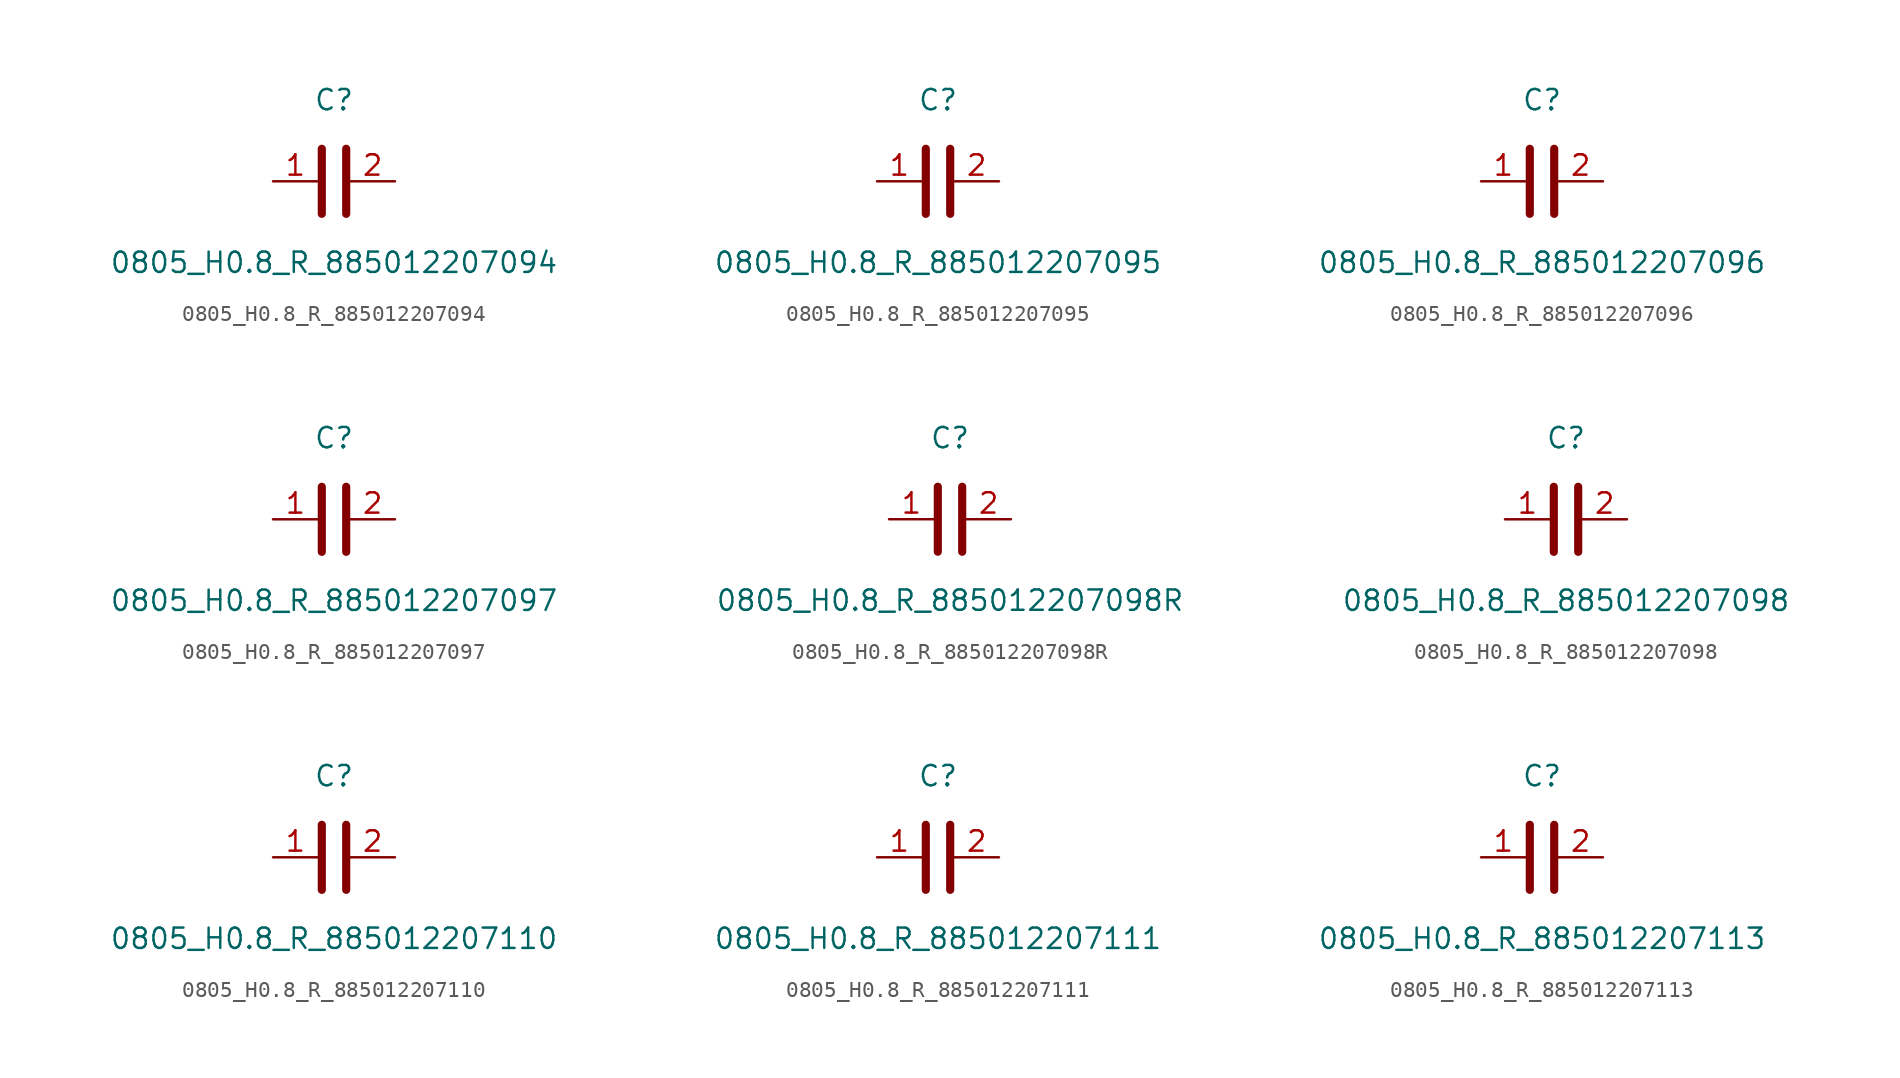
<source format=kicad_sym>
(kicad_symbol_lib
  (version 20220914)
  (generator kicad_symbol_editor)
  (symbol "0805_H0.8_R_885012207094"
    (pin_names hide)
    (property "Reference" "C"
      (at 0 5.08 0)
      (effects (font (size 1.27 1.27))))
    (property "Value" "0805_H0.8_R_885012207094"
      (at 0 -5.08 0)
      (effects (font (size 1.27 1.27))))
    (symbol "0805_H0.8_R_885012207094_0_1"
      (polyline (pts (xy -0.762 -2.032) (xy -0.762 2.032)) (stroke (width 0.508) (type default)) (fill (type none)))
      (polyline (pts (xy 0.762 -2.032) (xy 0.762 2.032)) (stroke (width 0.508) (type default)) (fill (type none))))
    (symbol "0805_H0.8_R_885012207094_1_1"
      (pin passive line (at -3.81 0 0) (length 2.794) (name "1" (effects (font (size 1.27 1.27)))) (number "1" (effects (font (size 1.27 1.27)))))
      (pin passive line (at 3.81 0 180) (length 2.794) (name "2" (effects (font (size 1.27 1.27)))) (number "2" (effects (font (size 1.27 1.27)))))))
  (symbol "0805_H0.8_R_885012207095"
    (pin_names hide)
    (property "Reference" "C"
      (at 0 5.08 0)
      (effects (font (size 1.27 1.27))))
    (property "Value" "0805_H0.8_R_885012207095"
      (at 0 -5.08 0)
      (effects (font (size 1.27 1.27))))
    (symbol "0805_H0.8_R_885012207095_0_1"
      (polyline (pts (xy -0.762 -2.032) (xy -0.762 2.032)) (stroke (width 0.508) (type default)) (fill (type none)))
      (polyline (pts (xy 0.762 -2.032) (xy 0.762 2.032)) (stroke (width 0.508) (type default)) (fill (type none))))
    (symbol "0805_H0.8_R_885012207095_1_1"
      (pin passive line (at -3.81 0 0) (length 2.794) (name "1" (effects (font (size 1.27 1.27)))) (number "1" (effects (font (size 1.27 1.27)))))
      (pin passive line (at 3.81 0 180) (length 2.794) (name "2" (effects (font (size 1.27 1.27)))) (number "2" (effects (font (size 1.27 1.27)))))))
  (symbol "0805_H0.8_R_885012207096"
    (pin_names hide)
    (property "Reference" "C"
      (at 0 5.08 0)
      (effects (font (size 1.27 1.27))))
    (property "Value" "0805_H0.8_R_885012207096"
      (at 0 -5.08 0)
      (effects (font (size 1.27 1.27))))
    (symbol "0805_H0.8_R_885012207096_0_1"
      (polyline (pts (xy -0.762 -2.032) (xy -0.762 2.032)) (stroke (width 0.508) (type default)) (fill (type none)))
      (polyline (pts (xy 0.762 -2.032) (xy 0.762 2.032)) (stroke (width 0.508) (type default)) (fill (type none))))
    (symbol "0805_H0.8_R_885012207096_1_1"
      (pin passive line (at -3.81 0 0) (length 2.794) (name "1" (effects (font (size 1.27 1.27)))) (number "1" (effects (font (size 1.27 1.27)))))
      (pin passive line (at 3.81 0 180) (length 2.794) (name "2" (effects (font (size 1.27 1.27)))) (number "2" (effects (font (size 1.27 1.27)))))))
  (symbol "0805_H0.8_R_885012207097"
    (pin_names hide)
    (property "Reference" "C"
      (at 0 5.08 0)
      (effects (font (size 1.27 1.27))))
    (property "Value" "0805_H0.8_R_885012207097"
      (at 0 -5.08 0)
      (effects (font (size 1.27 1.27))))
    (symbol "0805_H0.8_R_885012207097_0_1"
      (polyline (pts (xy -0.762 -2.032) (xy -0.762 2.032)) (stroke (width 0.508) (type default)) (fill (type none)))
      (polyline (pts (xy 0.762 -2.032) (xy 0.762 2.032)) (stroke (width 0.508) (type default)) (fill (type none))))
    (symbol "0805_H0.8_R_885012207097_1_1"
      (pin passive line (at -3.81 0 0) (length 2.794) (name "1" (effects (font (size 1.27 1.27)))) (number "1" (effects (font (size 1.27 1.27)))))
      (pin passive line (at 3.81 0 180) (length 2.794) (name "2" (effects (font (size 1.27 1.27)))) (number "2" (effects (font (size 1.27 1.27)))))))
  (symbol "0805_H0.8_R_885012207098R"
    (pin_names hide)
    (property "Reference" "C"
      (at 0 5.08 0)
      (effects (font (size 1.27 1.27))))
    (property "Value" "0805_H0.8_R_885012207098R"
      (at 0 -5.08 0)
      (effects (font (size 1.27 1.27))))
    (symbol "0805_H0.8_R_885012207098R_0_1"
      (polyline (pts (xy -0.762 -2.032) (xy -0.762 2.032)) (stroke (width 0.508) (type default)) (fill (type none)))
      (polyline (pts (xy 0.762 -2.032) (xy 0.762 2.032)) (stroke (width 0.508) (type default)) (fill (type none))))
    (symbol "0805_H0.8_R_885012207098R_1_1"
      (pin passive line (at -3.81 0 0) (length 2.794) (name "1" (effects (font (size 1.27 1.27)))) (number "1" (effects (font (size 1.27 1.27)))))
      (pin passive line (at 3.81 0 180) (length 2.794) (name "2" (effects (font (size 1.27 1.27)))) (number "2" (effects (font (size 1.27 1.27)))))))
  (symbol "0805_H0.8_R_885012207098"
    (pin_names hide)
    (property "Reference" "C"
      (at 0 5.08 0)
      (effects (font (size 1.27 1.27))))
    (property "Value" "0805_H0.8_R_885012207098"
      (at 0 -5.08 0)
      (effects (font (size 1.27 1.27))))
    (symbol "0805_H0.8_R_885012207098_0_1"
      (polyline (pts (xy -0.762 -2.032) (xy -0.762 2.032)) (stroke (width 0.508) (type default)) (fill (type none)))
      (polyline (pts (xy 0.762 -2.032) (xy 0.762 2.032)) (stroke (width 0.508) (type default)) (fill (type none))))
    (symbol "0805_H0.8_R_885012207098_1_1"
      (pin passive line (at -3.81 0 0) (length 2.794) (name "1" (effects (font (size 1.27 1.27)))) (number "1" (effects (font (size 1.27 1.27)))))
      (pin passive line (at 3.81 0 180) (length 2.794) (name "2" (effects (font (size 1.27 1.27)))) (number "2" (effects (font (size 1.27 1.27)))))))
  (symbol "0805_H0.8_R_885012207110"
    (pin_names hide)
    (property "Reference" "C"
      (at 0 5.08 0)
      (effects (font (size 1.27 1.27))))
    (property "Value" "0805_H0.8_R_885012207110"
      (at 0 -5.08 0)
      (effects (font (size 1.27 1.27))))
    (symbol "0805_H0.8_R_885012207110_0_1"
      (polyline (pts (xy -0.762 -2.032) (xy -0.762 2.032)) (stroke (width 0.508) (type default)) (fill (type none)))
      (polyline (pts (xy 0.762 -2.032) (xy 0.762 2.032)) (stroke (width 0.508) (type default)) (fill (type none))))
    (symbol "0805_H0.8_R_885012207110_1_1"
      (pin passive line (at -3.81 0 0) (length 2.794) (name "1" (effects (font (size 1.27 1.27)))) (number "1" (effects (font (size 1.27 1.27)))))
      (pin passive line (at 3.81 0 180) (length 2.794) (name "2" (effects (font (size 1.27 1.27)))) (number "2" (effects (font (size 1.27 1.27)))))))
  (symbol "0805_H0.8_R_885012207111"
    (pin_names hide)
    (property "Reference" "C"
      (at 0 5.08 0)
      (effects (font (size 1.27 1.27))))
    (property "Value" "0805_H0.8_R_885012207111"
      (at 0 -5.08 0)
      (effects (font (size 1.27 1.27))))
    (symbol "0805_H0.8_R_885012207111_0_1"
      (polyline (pts (xy -0.762 -2.032) (xy -0.762 2.032)) (stroke (width 0.508) (type default)) (fill (type none)))
      (polyline (pts (xy 0.762 -2.032) (xy 0.762 2.032)) (stroke (width 0.508) (type default)) (fill (type none))))
    (symbol "0805_H0.8_R_885012207111_1_1"
      (pin passive line (at -3.81 0 0) (length 2.794) (name "1" (effects (font (size 1.27 1.27)))) (number "1" (effects (font (size 1.27 1.27)))))
      (pin passive line (at 3.81 0 180) (length 2.794) (name "2" (effects (font (size 1.27 1.27)))) (number "2" (effects (font (size 1.27 1.27)))))))
  (symbol "0805_H0.8_R_885012207113"
    (pin_names hide)
    (property "Reference" "C"
      (at 0 5.08 0)
      (effects (font (size 1.27 1.27))))
    (property "Value" "0805_H0.8_R_885012207113"
      (at 0 -5.08 0)
      (effects (font (size 1.27 1.27))))
    (symbol "0805_H0.8_R_885012207113_0_1"
      (polyline (pts (xy -0.762 -2.032) (xy -0.762 2.032)) (stroke (width 0.508) (type default)) (fill (type none)))
      (polyline (pts (xy 0.762 -2.032) (xy 0.762 2.032)) (stroke (width 0.508) (type default)) (fill (type none))))
    (symbol "0805_H0.8_R_885012207113_1_1"
      (pin passive line (at -3.81 0 0) (length 2.794) (name "1" (effects (font (size 1.27 1.27)))) (number "1" (effects (font (size 1.27 1.27)))))
      (pin passive line (at 3.81 0 180) (length 2.794) (name "2" (effects (font (size 1.27 1.27)))) (number "2" (effects (font (size 1.27 1.27))))))))
</source>
